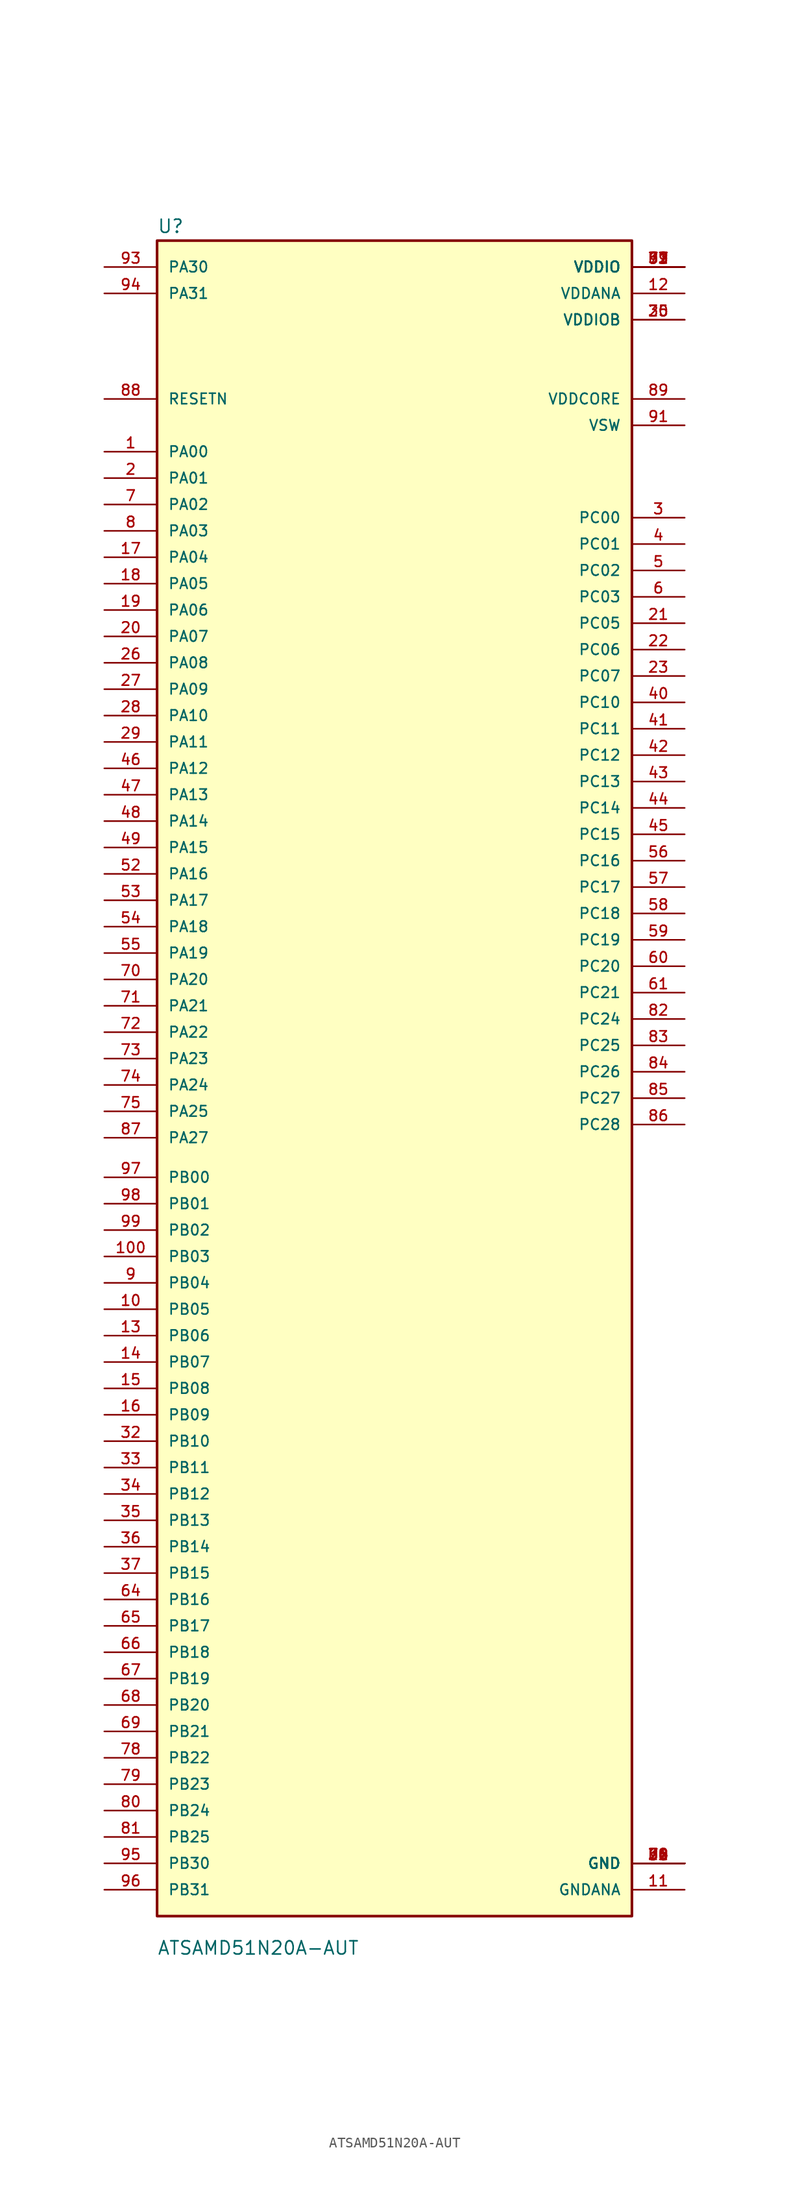
<source format=kicad_sym>
(kicad_symbol_lib
  (version 20220914)
  (generator kicad_symbol_editor)
  (symbol "ATSAMD51N20A-AUT"
    (pin_names
      (offset 1.016))
    (property "Reference" "U"
      (at -22.86 89.535 0)
      (effects (font (size 1.27 1.27)) (justify left bottom)))
    (property "Value" "ATSAMD51N20A-AUT"
      (at -22.86 -76.2 0)
      (effects (font (size 1.27 1.27)) (justify left bottom)))
    (symbol "ATSAMD51N20A-AUT_0_0"
      (rectangle (start -22.86 -72.39) (end 22.86 88.9) (stroke (width 0.254) (type default)) (fill (type background)))
      (pin bidirectional line (at -27.94 68.58 0) (length 5.08) (name "PA00" (effects (font (size 1.016 1.016)))) (number "1" (effects (font (size 1.016 1.016)))))
      (pin bidirectional line (at -27.94 -13.97 0) (length 5.08) (name "PB05" (effects (font (size 1.016 1.016)))) (number "10" (effects (font (size 1.016 1.016)))))
      (pin bidirectional line (at -27.94 -8.89 0) (length 5.08) (name "PB03" (effects (font (size 1.016 1.016)))) (number "100" (effects (font (size 1.016 1.016)))))
      (pin power_in line (at 27.94 -69.85 180) (length 5.08) (name "GNDANA" (effects (font (size 1.016 1.016)))) (number "11" (effects (font (size 1.016 1.016)))))
      (pin power_in line (at 27.94 83.82 180) (length 5.08) (name "VDDANA" (effects (font (size 1.016 1.016)))) (number "12" (effects (font (size 1.016 1.016)))))
      (pin bidirectional line (at -27.94 -16.51 0) (length 5.08) (name "PB06" (effects (font (size 1.016 1.016)))) (number "13" (effects (font (size 1.016 1.016)))))
      (pin bidirectional line (at -27.94 -19.05 0) (length 5.08) (name "PB07" (effects (font (size 1.016 1.016)))) (number "14" (effects (font (size 1.016 1.016)))))
      (pin bidirectional line (at -27.94 -21.59 0) (length 5.08) (name "PB08" (effects (font (size 1.016 1.016)))) (number "15" (effects (font (size 1.016 1.016)))))
      (pin bidirectional line (at -27.94 -24.13 0) (length 5.08) (name "PB09" (effects (font (size 1.016 1.016)))) (number "16" (effects (font (size 1.016 1.016)))))
      (pin bidirectional line (at -27.94 58.42 0) (length 5.08) (name "PA04" (effects (font (size 1.016 1.016)))) (number "17" (effects (font (size 1.016 1.016)))))
      (pin bidirectional line (at -27.94 55.88 0) (length 5.08) (name "PA05" (effects (font (size 1.016 1.016)))) (number "18" (effects (font (size 1.016 1.016)))))
      (pin bidirectional line (at -27.94 53.34 0) (length 5.08) (name "PA06" (effects (font (size 1.016 1.016)))) (number "19" (effects (font (size 1.016 1.016)))))
      (pin bidirectional line (at -27.94 66.04 0) (length 5.08) (name "PA01" (effects (font (size 1.016 1.016)))) (number "2" (effects (font (size 1.016 1.016)))))
      (pin bidirectional line (at -27.94 50.8 0) (length 5.08) (name "PA07" (effects (font (size 1.016 1.016)))) (number "20" (effects (font (size 1.016 1.016)))))
      (pin bidirectional line (at 27.94 52.07 180) (length 5.08) (name "PC05" (effects (font (size 1.016 1.016)))) (number "21" (effects (font (size 1.016 1.016)))))
      (pin bidirectional line (at 27.94 49.53 180) (length 5.08) (name "PC06" (effects (font (size 1.016 1.016)))) (number "22" (effects (font (size 1.016 1.016)))))
      (pin bidirectional line (at 27.94 46.99 180) (length 5.08) (name "PC07" (effects (font (size 1.016 1.016)))) (number "23" (effects (font (size 1.016 1.016)))))
      (pin power_in line (at 27.94 -67.31 180) (length 5.08) (name "GND" (effects (font (size 1.016 1.016)))) (number "24" (effects (font (size 1.016 1.016)))))
      (pin power_in line (at 27.94 81.28 180) (length 5.08) (name "VDDIOB" (effects (font (size 1.016 1.016)))) (number "25" (effects (font (size 1.016 1.016)))))
      (pin bidirectional line (at -27.94 48.26 0) (length 5.08) (name "PA08" (effects (font (size 1.016 1.016)))) (number "26" (effects (font (size 1.016 1.016)))))
      (pin bidirectional line (at -27.94 45.72 0) (length 5.08) (name "PA09" (effects (font (size 1.016 1.016)))) (number "27" (effects (font (size 1.016 1.016)))))
      (pin bidirectional line (at -27.94 43.18 0) (length 5.08) (name "PA10" (effects (font (size 1.016 1.016)))) (number "28" (effects (font (size 1.016 1.016)))))
      (pin bidirectional line (at -27.94 40.64 0) (length 5.08) (name "PA11" (effects (font (size 1.016 1.016)))) (number "29" (effects (font (size 1.016 1.016)))))
      (pin bidirectional line (at 27.94 62.23 180) (length 5.08) (name "PC00" (effects (font (size 1.016 1.016)))) (number "3" (effects (font (size 1.016 1.016)))))
      (pin power_in line (at 27.94 81.28 180) (length 5.08) (name "VDDIOB" (effects (font (size 1.016 1.016)))) (number "30" (effects (font (size 1.016 1.016)))))
      (pin power_in line (at 27.94 -67.31 180) (length 5.08) (name "GND" (effects (font (size 1.016 1.016)))) (number "31" (effects (font (size 1.016 1.016)))))
      (pin bidirectional line (at -27.94 -26.67 0) (length 5.08) (name "PB10" (effects (font (size 1.016 1.016)))) (number "32" (effects (font (size 1.016 1.016)))))
      (pin bidirectional line (at -27.94 -29.21 0) (length 5.08) (name "PB11" (effects (font (size 1.016 1.016)))) (number "33" (effects (font (size 1.016 1.016)))))
      (pin bidirectional line (at -27.94 -31.75 0) (length 5.08) (name "PB12" (effects (font (size 1.016 1.016)))) (number "34" (effects (font (size 1.016 1.016)))))
      (pin bidirectional line (at -27.94 -34.29 0) (length 5.08) (name "PB13" (effects (font (size 1.016 1.016)))) (number "35" (effects (font (size 1.016 1.016)))))
      (pin bidirectional line (at -27.94 -36.83 0) (length 5.08) (name "PB14" (effects (font (size 1.016 1.016)))) (number "36" (effects (font (size 1.016 1.016)))))
      (pin bidirectional line (at -27.94 -39.37 0) (length 5.08) (name "PB15" (effects (font (size 1.016 1.016)))) (number "37" (effects (font (size 1.016 1.016)))))
      (pin power_in line (at 27.94 -67.31 180) (length 5.08) (name "GND" (effects (font (size 1.016 1.016)))) (number "38" (effects (font (size 1.016 1.016)))))
      (pin power_in line (at 27.94 86.36 180) (length 5.08) (name "VDDIO" (effects (font (size 1.016 1.016)))) (number "39" (effects (font (size 1.016 1.016)))))
      (pin bidirectional line (at 27.94 59.69 180) (length 5.08) (name "PC01" (effects (font (size 1.016 1.016)))) (number "4" (effects (font (size 1.016 1.016)))))
      (pin bidirectional line (at 27.94 44.45 180) (length 5.08) (name "PC10" (effects (font (size 1.016 1.016)))) (number "40" (effects (font (size 1.016 1.016)))))
      (pin bidirectional line (at 27.94 41.91 180) (length 5.08) (name "PC11" (effects (font (size 1.016 1.016)))) (number "41" (effects (font (size 1.016 1.016)))))
      (pin bidirectional line (at 27.94 39.37 180) (length 5.08) (name "PC12" (effects (font (size 1.016 1.016)))) (number "42" (effects (font (size 1.016 1.016)))))
      (pin bidirectional line (at 27.94 36.83 180) (length 5.08) (name "PC13" (effects (font (size 1.016 1.016)))) (number "43" (effects (font (size 1.016 1.016)))))
      (pin bidirectional line (at 27.94 34.29 180) (length 5.08) (name "PC14" (effects (font (size 1.016 1.016)))) (number "44" (effects (font (size 1.016 1.016)))))
      (pin bidirectional line (at 27.94 31.75 180) (length 5.08) (name "PC15" (effects (font (size 1.016 1.016)))) (number "45" (effects (font (size 1.016 1.016)))))
      (pin bidirectional line (at -27.94 38.1 0) (length 5.08) (name "PA12" (effects (font (size 1.016 1.016)))) (number "46" (effects (font (size 1.016 1.016)))))
      (pin bidirectional line (at -27.94 35.56 0) (length 5.08) (name "PA13" (effects (font (size 1.016 1.016)))) (number "47" (effects (font (size 1.016 1.016)))))
      (pin bidirectional line (at -27.94 33.02 0) (length 5.08) (name "PA14" (effects (font (size 1.016 1.016)))) (number "48" (effects (font (size 1.016 1.016)))))
      (pin bidirectional line (at -27.94 30.48 0) (length 5.08) (name "PA15" (effects (font (size 1.016 1.016)))) (number "49" (effects (font (size 1.016 1.016)))))
      (pin bidirectional line (at 27.94 57.15 180) (length 5.08) (name "PC02" (effects (font (size 1.016 1.016)))) (number "5" (effects (font (size 1.016 1.016)))))
      (pin power_in line (at 27.94 -67.31 180) (length 5.08) (name "GND" (effects (font (size 1.016 1.016)))) (number "50" (effects (font (size 1.016 1.016)))))
      (pin power_in line (at 27.94 86.36 180) (length 5.08) (name "VDDIO" (effects (font (size 1.016 1.016)))) (number "51" (effects (font (size 1.016 1.016)))))
      (pin bidirectional line (at -27.94 27.94 0) (length 5.08) (name "PA16" (effects (font (size 1.016 1.016)))) (number "52" (effects (font (size 1.016 1.016)))))
      (pin bidirectional line (at -27.94 25.4 0) (length 5.08) (name "PA17" (effects (font (size 1.016 1.016)))) (number "53" (effects (font (size 1.016 1.016)))))
      (pin bidirectional line (at -27.94 22.86 0) (length 5.08) (name "PA18" (effects (font (size 1.016 1.016)))) (number "54" (effects (font (size 1.016 1.016)))))
      (pin bidirectional line (at -27.94 20.32 0) (length 5.08) (name "PA19" (effects (font (size 1.016 1.016)))) (number "55" (effects (font (size 1.016 1.016)))))
      (pin bidirectional line (at 27.94 29.21 180) (length 5.08) (name "PC16" (effects (font (size 1.016 1.016)))) (number "56" (effects (font (size 1.016 1.016)))))
      (pin bidirectional line (at 27.94 26.67 180) (length 5.08) (name "PC17" (effects (font (size 1.016 1.016)))) (number "57" (effects (font (size 1.016 1.016)))))
      (pin bidirectional line (at 27.94 24.13 180) (length 5.08) (name "PC18" (effects (font (size 1.016 1.016)))) (number "58" (effects (font (size 1.016 1.016)))))
      (pin bidirectional line (at 27.94 21.59 180) (length 5.08) (name "PC19" (effects (font (size 1.016 1.016)))) (number "59" (effects (font (size 1.016 1.016)))))
      (pin bidirectional line (at 27.94 54.61 180) (length 5.08) (name "PC03" (effects (font (size 1.016 1.016)))) (number "6" (effects (font (size 1.016 1.016)))))
      (pin bidirectional line (at 27.94 19.05 180) (length 5.08) (name "PC20" (effects (font (size 1.016 1.016)))) (number "60" (effects (font (size 1.016 1.016)))))
      (pin bidirectional line (at 27.94 16.51 180) (length 5.08) (name "PC21" (effects (font (size 1.016 1.016)))) (number "61" (effects (font (size 1.016 1.016)))))
      (pin power_in line (at 27.94 -67.31 180) (length 5.08) (name "GND" (effects (font (size 1.016 1.016)))) (number "62" (effects (font (size 1.016 1.016)))))
      (pin power_in line (at 27.94 86.36 180) (length 5.08) (name "VDDIO" (effects (font (size 1.016 1.016)))) (number "63" (effects (font (size 1.016 1.016)))))
      (pin bidirectional line (at -27.94 -41.91 0) (length 5.08) (name "PB16" (effects (font (size 1.016 1.016)))) (number "64" (effects (font (size 1.016 1.016)))))
      (pin bidirectional line (at -27.94 -44.45 0) (length 5.08) (name "PB17" (effects (font (size 1.016 1.016)))) (number "65" (effects (font (size 1.016 1.016)))))
      (pin bidirectional line (at -27.94 -46.99 0) (length 5.08) (name "PB18" (effects (font (size 1.016 1.016)))) (number "66" (effects (font (size 1.016 1.016)))))
      (pin bidirectional line (at -27.94 -49.53 0) (length 5.08) (name "PB19" (effects (font (size 1.016 1.016)))) (number "67" (effects (font (size 1.016 1.016)))))
      (pin bidirectional line (at -27.94 -52.07 0) (length 5.08) (name "PB20" (effects (font (size 1.016 1.016)))) (number "68" (effects (font (size 1.016 1.016)))))
      (pin bidirectional line (at -27.94 -54.61 0) (length 5.08) (name "PB21" (effects (font (size 1.016 1.016)))) (number "69" (effects (font (size 1.016 1.016)))))
      (pin bidirectional line (at -27.94 63.5 0) (length 5.08) (name "PA02" (effects (font (size 1.016 1.016)))) (number "7" (effects (font (size 1.016 1.016)))))
      (pin bidirectional line (at -27.94 17.78 0) (length 5.08) (name "PA20" (effects (font (size 1.016 1.016)))) (number "70" (effects (font (size 1.016 1.016)))))
      (pin bidirectional line (at -27.94 15.24 0) (length 5.08) (name "PA21" (effects (font (size 1.016 1.016)))) (number "71" (effects (font (size 1.016 1.016)))))
      (pin bidirectional line (at -27.94 12.7 0) (length 5.08) (name "PA22" (effects (font (size 1.016 1.016)))) (number "72" (effects (font (size 1.016 1.016)))))
      (pin bidirectional line (at -27.94 10.16 0) (length 5.08) (name "PA23" (effects (font (size 1.016 1.016)))) (number "73" (effects (font (size 1.016 1.016)))))
      (pin bidirectional line (at -27.94 7.62 0) (length 5.08) (name "PA24" (effects (font (size 1.016 1.016)))) (number "74" (effects (font (size 1.016 1.016)))))
      (pin bidirectional line (at -27.94 5.08 0) (length 5.08) (name "PA25" (effects (font (size 1.016 1.016)))) (number "75" (effects (font (size 1.016 1.016)))))
      (pin power_in line (at 27.94 -67.31 180) (length 5.08) (name "GND" (effects (font (size 1.016 1.016)))) (number "76" (effects (font (size 1.016 1.016)))))
      (pin power_in line (at 27.94 86.36 180) (length 5.08) (name "VDDIO" (effects (font (size 1.016 1.016)))) (number "77" (effects (font (size 1.016 1.016)))))
      (pin bidirectional line (at -27.94 -57.15 0) (length 5.08) (name "PB22" (effects (font (size 1.016 1.016)))) (number "78" (effects (font (size 1.016 1.016)))))
      (pin bidirectional line (at -27.94 -59.69 0) (length 5.08) (name "PB23" (effects (font (size 1.016 1.016)))) (number "79" (effects (font (size 1.016 1.016)))))
      (pin bidirectional line (at -27.94 60.96 0) (length 5.08) (name "PA03" (effects (font (size 1.016 1.016)))) (number "8" (effects (font (size 1.016 1.016)))))
      (pin bidirectional line (at -27.94 -62.23 0) (length 5.08) (name "PB24" (effects (font (size 1.016 1.016)))) (number "80" (effects (font (size 1.016 1.016)))))
      (pin bidirectional line (at -27.94 -64.77 0) (length 5.08) (name "PB25" (effects (font (size 1.016 1.016)))) (number "81" (effects (font (size 1.016 1.016)))))
      (pin bidirectional line (at 27.94 13.97 180) (length 5.08) (name "PC24" (effects (font (size 1.016 1.016)))) (number "82" (effects (font (size 1.016 1.016)))))
      (pin bidirectional line (at 27.94 11.43 180) (length 5.08) (name "PC25" (effects (font (size 1.016 1.016)))) (number "83" (effects (font (size 1.016 1.016)))))
      (pin bidirectional line (at 27.94 8.89 180) (length 5.08) (name "PC26" (effects (font (size 1.016 1.016)))) (number "84" (effects (font (size 1.016 1.016)))))
      (pin bidirectional line (at 27.94 6.35 180) (length 5.08) (name "PC27" (effects (font (size 1.016 1.016)))) (number "85" (effects (font (size 1.016 1.016)))))
      (pin bidirectional line (at 27.94 3.81 180) (length 5.08) (name "PC28" (effects (font (size 1.016 1.016)))) (number "86" (effects (font (size 1.016 1.016)))))
      (pin bidirectional line (at -27.94 2.54 0) (length 5.08) (name "PA27" (effects (font (size 1.016 1.016)))) (number "87" (effects (font (size 1.016 1.016)))))
      (pin input line (at -27.94 73.66 0) (length 5.08) (name "RESETN" (effects (font (size 1.016 1.016)))) (number "88" (effects (font (size 1.016 1.016)))))
      (pin power_in line (at 27.94 73.66 180) (length 5.08) (name "VDDCORE" (effects (font (size 1.016 1.016)))) (number "89" (effects (font (size 1.016 1.016)))))
      (pin bidirectional line (at -27.94 -11.43 0) (length 5.08) (name "PB04" (effects (font (size 1.016 1.016)))) (number "9" (effects (font (size 1.016 1.016)))))
      (pin power_in line (at 27.94 -67.31 180) (length 5.08) (name "GND" (effects (font (size 1.016 1.016)))) (number "90" (effects (font (size 1.016 1.016)))))
      (pin bidirectional line (at 27.94 71.12 180) (length 5.08) (name "VSW" (effects (font (size 1.016 1.016)))) (number "91" (effects (font (size 1.016 1.016)))))
      (pin power_in line (at 27.94 86.36 180) (length 5.08) (name "VDDIO" (effects (font (size 1.016 1.016)))) (number "92" (effects (font (size 1.016 1.016)))))
      (pin bidirectional line (at -27.94 86.36 0) (length 5.08) (name "PA30" (effects (font (size 1.016 1.016)))) (number "93" (effects (font (size 1.016 1.016)))))
      (pin bidirectional line (at -27.94 83.82 0) (length 5.08) (name "PA31" (effects (font (size 1.016 1.016)))) (number "94" (effects (font (size 1.016 1.016)))))
      (pin bidirectional line (at -27.94 -67.31 0) (length 5.08) (name "PB30" (effects (font (size 1.016 1.016)))) (number "95" (effects (font (size 1.016 1.016)))))
      (pin bidirectional line (at -27.94 -69.85 0) (length 5.08) (name "PB31" (effects (font (size 1.016 1.016)))) (number "96" (effects (font (size 1.016 1.016)))))
      (pin bidirectional line (at -27.94 -1.27 0) (length 5.08) (name "PB00" (effects (font (size 1.016 1.016)))) (number "97" (effects (font (size 1.016 1.016)))))
      (pin bidirectional line (at -27.94 -3.81 0) (length 5.08) (name "PB01" (effects (font (size 1.016 1.016)))) (number "98" (effects (font (size 1.016 1.016)))))
      (pin bidirectional line (at -27.94 -6.35 0) (length 5.08) (name "PB02" (effects (font (size 1.016 1.016)))) (number "99" (effects (font (size 1.016 1.016))))))))
</source>
